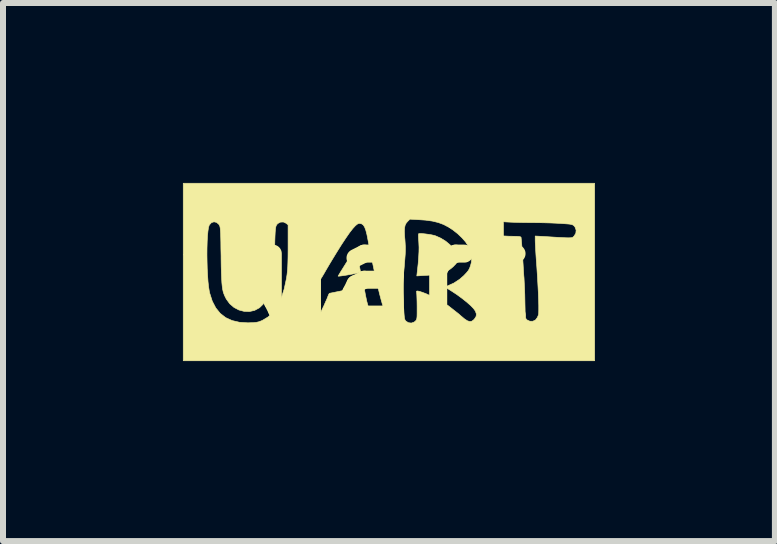
<source format=kicad_pcb>
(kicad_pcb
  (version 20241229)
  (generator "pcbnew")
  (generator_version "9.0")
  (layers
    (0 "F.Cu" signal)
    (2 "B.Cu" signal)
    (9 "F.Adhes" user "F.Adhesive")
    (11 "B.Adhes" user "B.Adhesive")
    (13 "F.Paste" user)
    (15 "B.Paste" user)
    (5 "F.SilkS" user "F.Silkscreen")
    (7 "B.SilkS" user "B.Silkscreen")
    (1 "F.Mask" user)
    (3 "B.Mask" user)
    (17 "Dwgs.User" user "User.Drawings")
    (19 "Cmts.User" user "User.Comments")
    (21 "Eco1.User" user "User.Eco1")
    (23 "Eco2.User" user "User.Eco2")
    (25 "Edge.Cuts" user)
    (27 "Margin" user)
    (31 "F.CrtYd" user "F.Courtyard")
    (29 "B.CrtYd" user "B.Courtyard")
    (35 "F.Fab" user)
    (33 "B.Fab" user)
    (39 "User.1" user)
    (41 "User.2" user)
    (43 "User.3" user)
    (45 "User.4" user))
  (footprint "uart"
    (layer "F.Cu")
    (at 3.421 1.505)
    (property "Reference" "uart" (at 0 0 0) (layer "F.SilkS") (effects (font (size 1.524 1.524) (thickness 0.3))))
    (attr through_hole)
    (fp_poly (pts (xy -0.535 -0.385) (xy -0.526 -0.344) (xy -0.514 -0.291) (xy -0.501 -0.23) (xy -0.489 -0.168) (xy -0.477 -0.11) (xy -0.468 -0.062) (xy -0.462 -0.029) (xy -0.461 -0.017) (xy -0.477 -0.011) (xy -0.512 -0.003) (xy -0.561 0.008) (xy -0.618 0.018) (xy -0.678 0.029) (xy -0.735 0.038) (xy -0.783 0.045) (xy -0.818 0.049) (xy -0.834 0.049) (xy -0.834 0.048) (xy -0.796 -0.016) (xy -0.753 -0.085) (xy -0.709 -0.156) (xy -0.666 -0.224) (xy -0.626 -0.286) (xy -0.591 -0.339) (xy -0.563 -0.379) (xy -0.546 -0.403) (xy -0.54 -0.408) (xy -0.535 -0.385)) (stroke (width 0.01) (type solid)) (fill yes) (layer "F.SilkS"))
    (fp_poly (pts (xy 0.563 -0.661) (xy 0.613 -0.656) (xy 0.668 -0.649) (xy 0.723 -0.64) (xy 0.769 -0.63) (xy 0.79 -0.623) (xy 0.878 -0.584) (xy 0.959 -0.534) (xy 1.03 -0.475) (xy 1.089 -0.412) (xy 1.132 -0.347) (xy 1.156 -0.283) (xy 1.16 -0.224) (xy 1.153 -0.198) (xy 1.128 -0.155) (xy 1.084 -0.109) (xy 1.03 -0.065) (xy 0.981 -0.035) (xy 0.92 -0.009) (xy 0.85 0.01) (xy 0.766 0.024) (xy 0.662 0.034) (xy 0.625 0.036) (xy 0.478 0.045) (xy 0.487 -0.035) (xy 0.501 -0.162) (xy 0.509 -0.268) (xy 0.514 -0.357) (xy 0.515 -0.433) (xy 0.512 -0.501) (xy 0.511 -0.522) (xy 0.507 -0.578) (xy 0.505 -0.623) (xy 0.506 -0.652) (xy 0.508 -0.658) (xy 0.526 -0.662) (xy 0.563 -0.661)) (stroke (width 0.01) (type solid)) (fill yes) (layer "F.SilkS"))
    (fp_poly (pts (xy 3.443 1.46) (xy -3.416 1.46) (xy -3.416 -0.307) (xy -3.021 -0.307) (xy -3.019 -0.19) (xy -3.016 -0.075) (xy -3.01 0.037) (xy -3.003 0.14) (xy -2.993 0.23) (xy -2.981 0.305) (xy -2.975 0.332) (xy -2.932 0.466) (xy -2.873 0.579) (xy -2.799 0.67) (xy -2.709 0.74) (xy -2.602 0.789) (xy -2.478 0.818) (xy -2.337 0.827) (xy -2.318 0.826) (xy -2.249 0.824) (xy -2.198 0.819) (xy -2.157 0.81) (xy -2.117 0.795) (xy -2.094 0.785) (xy -1.998 0.727) (xy -1.998 0.727) (xy -1.383 0.727) (xy -1.383 0.733) (xy -1.365 0.771) (xy -1.33 0.799) (xy -1.286 0.814) (xy -1.241 0.814) (xy -1.204 0.795) (xy -1.199 0.791) (xy -1.185 0.769) (xy -1.163 0.729) (xy -1.135 0.674) (xy -1.105 0.612) (xy -1.073 0.546) (xy -1.045 0.482) (xy -1.02 0.427) (xy -1.004 0.385) (xy -0.991 0.353) (xy -0.98 0.336) (xy -0.977 0.335) (xy -0.963 0.332) (xy -0.927 0.325) (xy -0.874 0.314) (xy -0.809 0.301) (xy -0.737 0.286) (xy -0.662 0.27) (xy -0.588 0.254) (xy -0.522 0.24) (xy -0.466 0.228) (xy -0.434 0.221) (xy -0.42 0.22) (xy -0.41 0.227) (xy -0.402 0.247) (xy -0.393 0.283) (xy -0.382 0.342) (xy -0.382 0.345) (xy -0.357 0.465) (xy -0.328 0.572) (xy -0.296 0.662) (xy -0.262 0.733) (xy -0.228 0.782) (xy -0.212 0.796) (xy -0.166 0.814) (xy -0.119 0.811) (xy -0.078 0.789) (xy -0.049 0.753) (xy -0.04 0.711) (xy -0.045 0.681) (xy -0.057 0.634) (xy -0.075 0.578) (xy -0.087 0.546) (xy -0.101 0.5) (xy -0.12 0.432) (xy -0.143 0.345) (xy -0.166 0.249) (xy 0.247 0.249) (xy 0.248 0.332) (xy 0.252 0.43) (xy 0.254 0.478) (xy 0.259 0.574) (xy 0.263 0.647) (xy 0.267 0.7) (xy 0.271 0.738) (xy 0.276 0.764) (xy 0.283 0.781) (xy 0.292 0.794) (xy 0.297 0.799) (xy 0.338 0.825) (xy 0.387 0.831) (xy 0.433 0.815) (xy 0.454 0.798) (xy 0.466 0.785) (xy 0.474 0.77) (xy 0.479 0.749) (xy 0.482 0.717) (xy 0.483 0.67) (xy 0.483 0.604) (xy 0.483 0.551) (xy 0.482 0.476) (xy 0.48 0.41) (xy 0.478 0.358) (xy 0.475 0.324) (xy 0.474 0.315) (xy 0.473 0.3) (xy 0.488 0.296) (xy 0.52 0.302) (xy 0.572 0.319) (xy 0.635 0.343) (xy 0.824 0.432) (xy 1.004 0.543) (xy 1.177 0.679) (xy 1.213 0.711) (xy 1.275 0.763) (xy 1.323 0.794) (xy 1.363 0.806) (xy 1.397 0.799) (xy 1.429 0.774) (xy 1.439 0.763) (xy 1.467 0.719) (xy 1.471 0.678) (xy 1.454 0.631) (xy 1.425 0.59) (xy 1.376 0.539) (xy 1.311 0.482) (xy 1.233 0.42) (xy 1.146 0.356) (xy 1.053 0.295) (xy 0.992 0.257) (xy 0.945 0.229) (xy 0.982 0.215) (xy 1.096 0.164) (xy 1.192 0.101) (xy 1.262 0.04) (xy 1.307 -0.008) (xy 1.338 -0.046) (xy 1.358 -0.083) (xy 1.373 -0.125) (xy 1.374 -0.128) (xy 1.387 -0.178) (xy 1.391 -0.22) (xy 1.387 -0.267) (xy 1.382 -0.299) (xy 1.368 -0.359) (xy 1.348 -0.421) (xy 1.331 -0.459) (xy 1.291 -0.522) (xy 1.232 -0.589) (xy 1.16 -0.658) (xy 1.08 -0.721) (xy 1.011 -0.767) (xy 1.01 -0.767) (xy 1.65 -0.767) (xy 1.655 -0.725) (xy 1.684 -0.685) (xy 1.685 -0.684) (xy 1.728 -0.657) (xy 1.797 -0.637) (xy 1.892 -0.623) (xy 2.012 -0.617) (xy 2.071 -0.616) (xy 2.14 -0.615) (xy 2.186 -0.612) (xy 2.21 -0.605) (xy 2.216 -0.599) (xy 2.218 -0.581) (xy 2.222 -0.541) (xy 2.227 -0.483) (xy 2.232 -0.413) (xy 2.236 -0.348) (xy 2.243 -0.253) (xy 2.25 -0.149) (xy 2.256 -0.047) (xy 2.262 0.043) (xy 2.265 0.074) (xy 2.269 0.154) (xy 2.274 0.251) (xy 2.278 0.355) (xy 2.28 0.457) (xy 2.281 0.507) (xy 2.283 0.594) (xy 2.284 0.658) (xy 2.287 0.704) (xy 2.291 0.734) (xy 2.296 0.754) (xy 2.303 0.767) (xy 2.314 0.777) (xy 2.316 0.779) (xy 2.362 0.8) (xy 2.411 0.801) (xy 2.454 0.781) (xy 2.463 0.772) (xy 2.488 0.737) (xy 2.506 0.695) (xy 2.51 0.665) (xy 2.511 0.611) (xy 2.511 0.534) (xy 2.508 0.437) (xy 2.504 0.323) (xy 2.497 0.194) (xy 2.489 0.052) (xy 2.479 -0.101) (xy 2.471 -0.208) (xy 2.465 -0.295) (xy 2.46 -0.378) (xy 2.456 -0.452) (xy 2.453 -0.51) (xy 2.452 -0.547) (xy 2.452 -0.548) (xy 2.452 -0.62) (xy 2.602 -0.612) (xy 2.726 -0.604) (xy 2.825 -0.598) (xy 2.903 -0.594) (xy 2.963 -0.591) (xy 3.007 -0.59) (xy 3.038 -0.591) (xy 3.059 -0.593) (xy 3.073 -0.597) (xy 3.083 -0.603) (xy 3.091 -0.611) (xy 3.1 -0.62) (xy 3.129 -0.666) (xy 3.134 -0.718) (xy 3.116 -0.768) (xy 3.105 -0.783) (xy 3.092 -0.796) (xy 3.076 -0.806) (xy 3.054 -0.813) (xy 3.021 -0.819) (xy 2.972 -0.823) (xy 2.902 -0.828) (xy 2.874 -0.83) (xy 2.798 -0.834) (xy 2.703 -0.838) (xy 2.597 -0.841) (xy 2.486 -0.843) (xy 2.38 -0.844) (xy 2.358 -0.844) (xy 2.259 -0.845) (xy 2.159 -0.847) (xy 2.065 -0.85) (xy 1.983 -0.854) (xy 1.919 -0.858) (xy 1.903 -0.86) (xy 1.822 -0.867) (xy 1.763 -0.869) (xy 1.722 -0.863) (xy 1.694 -0.85) (xy 1.674 -0.828) (xy 1.668 -0.818) (xy 1.65 -0.767) (xy 1.01 -0.767) (xy 0.925 -0.812) (xy 0.836 -0.845) (xy 0.737 -0.869) (xy 0.622 -0.885) (xy 0.532 -0.891) (xy 0.363 -0.901) (xy 0.323 -0.861) (xy 0.299 -0.832) (xy 0.283 -0.799) (xy 0.274 -0.756) (xy 0.271 -0.699) (xy 0.274 -0.623) (xy 0.28 -0.558) (xy 0.284 -0.497) (xy 0.287 -0.44) (xy 0.287 -0.382) (xy 0.285 -0.318) (xy 0.279 -0.24) (xy 0.271 -0.144) (xy 0.268 -0.102) (xy 0.258 0.005) (xy 0.252 0.093) (xy 0.248 0.172) (xy 0.247 0.249) (xy -0.166 0.249) (xy -0.168 0.242) (xy -0.194 0.127) (xy -0.222 0.005) (xy -0.249 -0.122) (xy -0.276 -0.25) (xy -0.302 -0.375) (xy -0.325 -0.494) (xy -0.335 -0.549) (xy -0.354 -0.646) (xy -0.373 -0.719) (xy -0.393 -0.771) (xy -0.416 -0.805) (xy -0.444 -0.824) (xy -0.477 -0.83) (xy -0.483 -0.831) (xy -0.51 -0.821) (xy -0.545 -0.793) (xy -0.589 -0.745) (xy -0.643 -0.676) (xy -0.706 -0.585) (xy -0.78 -0.473) (xy -0.865 -0.337) (xy -0.879 -0.314) (xy -0.926 -0.237) (xy -0.973 -0.159) (xy -1.016 -0.086) (xy -1.052 -0.024) (xy -1.072 0.011) (xy -1.1 0.058) (xy -1.124 0.096) (xy -1.142 0.117) (xy -1.148 0.12) (xy -1.168 0.129) (xy -1.196 0.149) (xy -1.2 0.151) (xy -1.221 0.175) (xy -1.232 0.206) (xy -1.234 0.25) (xy -1.23 0.298) (xy -1.234 0.317) (xy -1.248 0.354) (xy -1.268 0.403) (xy -1.286 0.442) (xy -1.33 0.545) (xy -1.361 0.626) (xy -1.379 0.686) (xy -1.383 0.727) (xy -1.998 0.727) (xy -1.914 0.646) (xy -1.842 0.542) (xy -1.782 0.415) (xy -1.733 0.263) (xy -1.695 0.087) (xy -1.693 0.074) (xy -1.685 0.019) (xy -1.679 -0.039) (xy -1.674 -0.105) (xy -1.671 -0.183) (xy -1.669 -0.277) (xy -1.668 -0.392) (xy -1.668 -0.44) (xy -1.668 -0.806) (xy -1.7 -0.832) (xy -1.746 -0.854) (xy -1.795 -0.852) (xy -1.839 -0.829) (xy -1.854 -0.813) (xy -1.863 -0.799) (xy -1.87 -0.783) (xy -1.875 -0.761) (xy -1.879 -0.729) (xy -1.883 -0.684) (xy -1.886 -0.623) (xy -1.889 -0.542) (xy -1.891 -0.444) (xy -1.9 -0.238) (xy -1.915 -0.056) (xy -1.935 0.101) (xy -1.962 0.236) (xy -1.996 0.349) (xy -2.037 0.442) (xy -2.084 0.516) (xy -2.14 0.571) (xy -2.149 0.578) (xy -2.227 0.62) (xy -2.313 0.639) (xy -2.401 0.636) (xy -2.488 0.613) (xy -2.57 0.57) (xy -2.641 0.509) (xy -2.698 0.431) (xy -2.706 0.415) (xy -2.724 0.379) (xy -2.738 0.345) (xy -2.75 0.309) (xy -2.759 0.268) (xy -2.766 0.219) (xy -2.772 0.159) (xy -2.776 0.086) (xy -2.78 -0.005) (xy -2.783 -0.115) (xy -2.785 -0.249) (xy -2.785 -0.284) (xy -2.788 -0.412) (xy -2.789 -0.516) (xy -2.791 -0.598) (xy -2.793 -0.662) (xy -2.796 -0.711) (xy -2.799 -0.746) (xy -2.803 -0.771) (xy -2.808 -0.789) (xy -2.814 -0.801) (xy -2.821 -0.812) (xy -2.821 -0.813) (xy -2.86 -0.847) (xy -2.903 -0.857) (xy -2.945 -0.844) (xy -2.979 -0.807) (xy -2.983 -0.8) (xy -2.995 -0.762) (xy -3.004 -0.701) (xy -3.012 -0.621) (xy -3.017 -0.526) (xy -3.02 -0.42) (xy -3.021 -0.307) (xy -3.416 -0.307) (xy -3.416 -1.5) (xy 3.443 -1.5) (xy 3.443 1.46)) (stroke (width 0.01) (type solid)) (fill yes) (layer "F.SilkS")))
  (gr_rect
    (start -3 -3)
    (end 9.869 5.971)
    (stroke (width 0.1) (type default))
    (fill no)
    (layer "Edge.Cuts")))
</source>
